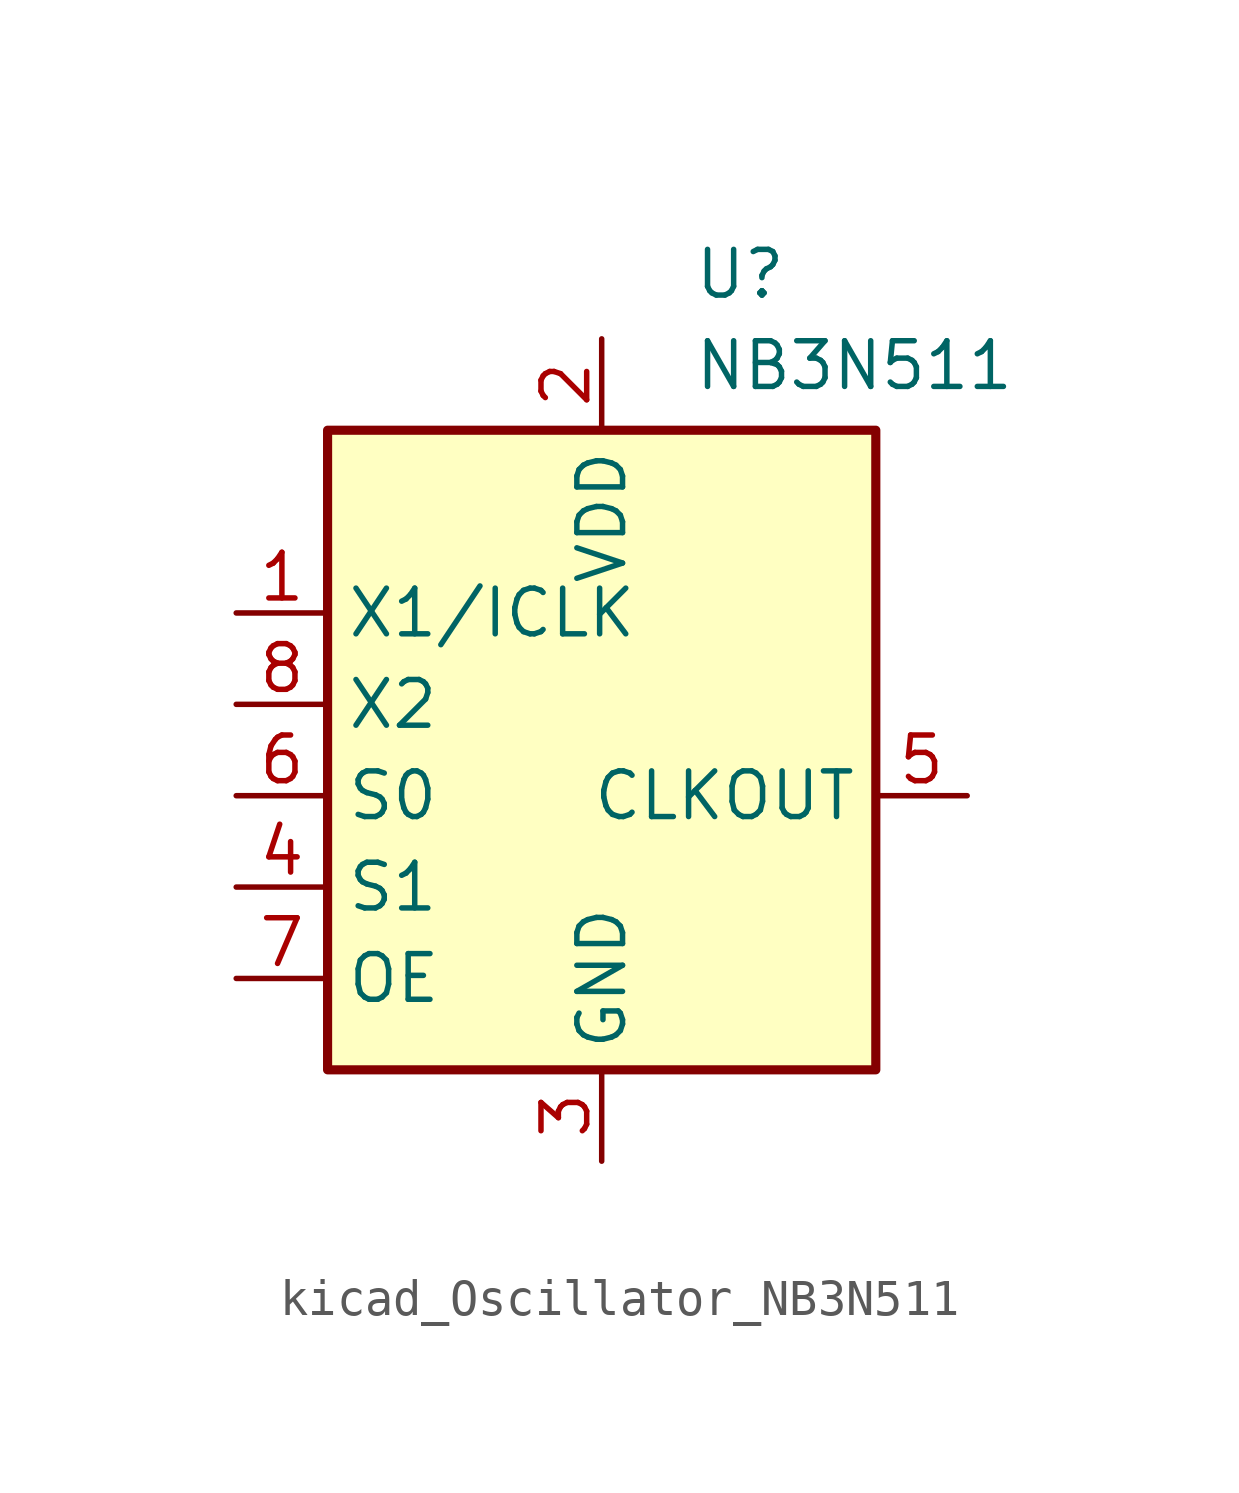
<source format=kicad_sym>
(kicad_symbol_lib
  (version 20220914)
  (generator kicad_symbol_editor)
  (symbol "kicad_Oscillator_NB3N511"
    (property "Reference" "U"
      (at 2.54 15.24 0)
      (effects (font (size 1.27 1.27)) (justify left top)))
    (property "Value" "NB3N511"
      (at 2.54 12.7 0)
      (effects (font (size 1.27 1.27)) (justify left top)))
    (symbol "kicad_Oscillator_NB3N511_0_1"
      (rectangle (start -7.62 10.16) (end 7.62 -7.62) (stroke (width 0.254) (type default)) (fill (type background))))
    (symbol "kicad_Oscillator_NB3N511_1_1"
      (pin input line (at -10.16 5.08 0) (length 2.54) (name "X1/ICLK" (effects (font (size 1.27 1.27)))) (number "1" (effects (font (size 1.27 1.27)))))
      (pin power_in line (at 0 12.7 270) (length 2.54) (name "VDD" (effects (font (size 1.27 1.27)))) (number "2" (effects (font (size 1.27 1.27)))))
      (pin power_in line (at 0 -10.16 90) (length 2.54) (name "GND" (effects (font (size 1.27 1.27)))) (number "3" (effects (font (size 1.27 1.27)))))
      (pin input line (at -10.16 -2.54 0) (length 2.54) (name "S1" (effects (font (size 1.27 1.27)))) (number "4" (effects (font (size 1.27 1.27)))))
      (pin output line (at 10.16 0 180) (length 2.54) (name "CLKOUT" (effects (font (size 1.27 1.27)))) (number "5" (effects (font (size 1.27 1.27)))))
      (pin input line (at -10.16 0 0) (length 2.54) (name "S0" (effects (font (size 1.27 1.27)))) (number "6" (effects (font (size 1.27 1.27)))))
      (pin input line (at -10.16 -5.08 0) (length 2.54) (name "OE" (effects (font (size 1.27 1.27)))) (number "7" (effects (font (size 1.27 1.27)))))
      (pin passive line (at -10.16 2.54 0) (length 2.54) (name "X2" (effects (font (size 1.27 1.27)))) (number "8" (effects (font (size 1.27 1.27))))))))
</source>
